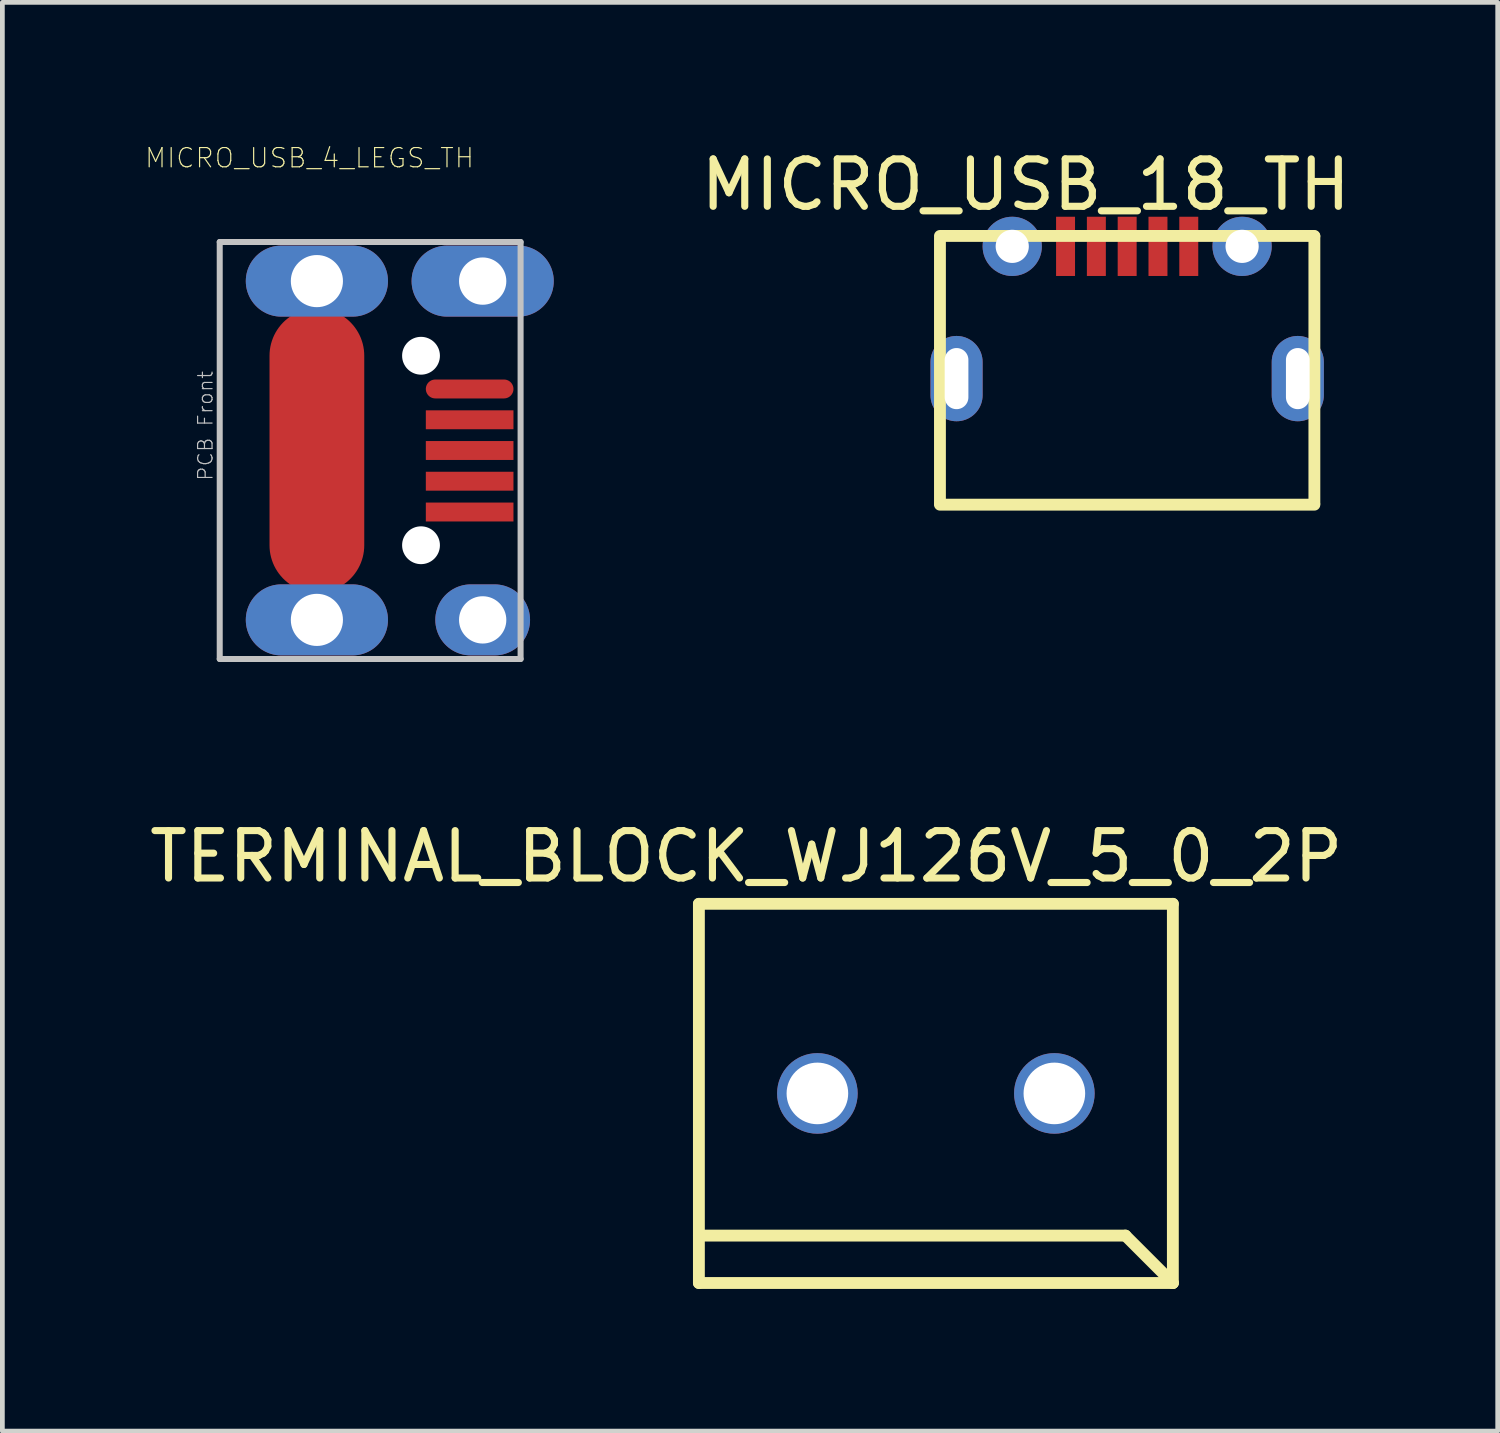
<source format=kicad_pcb>
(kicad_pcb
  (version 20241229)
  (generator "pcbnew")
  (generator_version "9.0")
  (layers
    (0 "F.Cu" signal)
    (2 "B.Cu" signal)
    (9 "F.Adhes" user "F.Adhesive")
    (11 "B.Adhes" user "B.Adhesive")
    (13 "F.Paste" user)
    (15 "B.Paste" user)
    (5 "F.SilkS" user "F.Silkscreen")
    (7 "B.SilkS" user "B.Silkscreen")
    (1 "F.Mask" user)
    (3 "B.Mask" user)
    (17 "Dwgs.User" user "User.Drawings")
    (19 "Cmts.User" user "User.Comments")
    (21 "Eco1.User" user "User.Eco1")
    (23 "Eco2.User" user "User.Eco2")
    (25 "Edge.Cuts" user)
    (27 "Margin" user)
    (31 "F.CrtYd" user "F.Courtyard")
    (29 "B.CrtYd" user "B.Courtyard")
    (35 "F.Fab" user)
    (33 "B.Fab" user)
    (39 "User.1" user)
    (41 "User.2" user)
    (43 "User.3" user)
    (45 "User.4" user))
  (footprint "MICRO_USB_18_TH"
    (layer "F.Cu")
    (at 20.802 4.818)
    (property "Reference" "MICRO_USB_18_TH" (at -2.21 -3.97 0) (layer "F.SilkS") (effects (font (size 1 1) (thickness 0.15))))
    (attr through_hole)
    (fp_line (start -4.02 -2.83) (end -4.02 2.75) (stroke (width 0.25) (type solid)) (layer "F.SilkS"))
    (fp_line (start -4.02 2.78) (end 3.88 2.78) (stroke (width 0.25) (type solid)) (layer "F.SilkS"))
    (fp_line (start 3.88 -2.89) (end -4.02 -2.89) (stroke (width 0.25) (type solid)) (layer "F.SilkS"))
    (fp_line (start 3.88 2.75) (end 3.88 -2.88) (stroke (width 0.25) (type solid)) (layer "F.SilkS"))
    (pad "0" thru_hole oval (at -3.67 0.12) (size 1.1 1.8) (drill oval 0.5 1.29) (layers "*.Cu" "*.Mask"))
    (pad "0" thru_hole circle (at -2.495 -2.67) (size 1.25 1.25) (drill 0.7) (layers "*.Cu" "*.Mask"))
    (pad "0" thru_hole circle (at 2.355 -2.67) (size 1.25 1.25) (drill 0.7) (layers "*.Cu" "*.Mask"))
    (pad "0" thru_hole oval (at 3.53 0.12) (size 1.1 1.8) (drill oval 0.5 1.29) (layers "*.Cu" "*.Mask"))
    (pad "1" smd rect (at -1.37 -2.67) (size 0.4 1.25) (layers "F.Cu" "F.Mask" "F.Paste"))
    (pad "2" smd rect (at -0.72 -2.67) (size 0.4 1.25) (layers "F.Cu" "F.Mask" "F.Paste"))
    (pad "3" smd rect (at -0.07 -2.67) (size 0.4 1.25) (layers "F.Cu" "F.Mask" "F.Paste"))
    (pad "4" smd rect (at 0.58 -2.67) (size 0.4 1.25) (layers "F.Cu" "F.Mask" "F.Paste"))
    (pad "5" smd rect (at 1.23 -2.67) (size 0.4 1.25) (layers "F.Cu" "F.Mask" "F.Paste")))
  (footprint "MICRO_USB_4_LEGS_TH"
    (layer "F.Cu")
    (at 3.735 6.455)
    (property "Reference" "MICRO_USB_4_LEGS_TH" (at -0.254 -6.172 0) (layer "F.SilkS") (effects (font (size 0.406 0.406) (thickness 0.025))))
    (attr smd)
    (fp_line (start -0.848 -4.684) (end 0.848 -4.684) (stroke (width 0.066) (type solid)) (layer "F.Mask"))
    (fp_line (start -0.848 -2.682) (end -0.848 -4.684) (stroke (width 0.066) (type solid)) (layer "F.Mask"))
    (fp_line (start -0.848 -2.682) (end 0.848 -2.682) (stroke (width 0.066) (type solid)) (layer "F.Mask"))
    (fp_line (start -0.848 -1.349) (end 0.848 -1.349) (stroke (width 0.066) (type solid)) (layer "F.Mask"))
    (fp_line (start -0.848 1.349) (end -0.848 -1.349) (stroke (width 0.066) (type solid)) (layer "F.Mask"))
    (fp_line (start -0.848 1.349) (end 0.848 1.349) (stroke (width 0.066) (type solid)) (layer "F.Mask"))
    (fp_line (start -0.848 2.682) (end 0.848 2.682) (stroke (width 0.066) (type solid)) (layer "F.Mask"))
    (fp_line (start -0.848 4.684) (end -0.848 2.682) (stroke (width 0.066) (type solid)) (layer "F.Mask"))
    (fp_line (start -0.848 4.684) (end 0.848 4.684) (stroke (width 0.066) (type solid)) (layer "F.Mask"))
    (fp_line (start 0.848 -2.682) (end 0.848 -4.684) (stroke (width 0.066) (type solid)) (layer "F.Mask"))
    (fp_line (start 0.848 1.349) (end 0.848 -1.349) (stroke (width 0.066) (type solid)) (layer "F.Mask"))
    (fp_line (start 0.848 4.684) (end 0.848 2.682) (stroke (width 0.066) (type solid)) (layer "F.Mask"))
    (fp_line (start -0.749 -4.582) (end 0.749 -4.582) (stroke (width 0.066) (type solid)) (layer "F.Paste"))
    (fp_line (start -0.749 -2.784) (end -0.749 -4.582) (stroke (width 0.066) (type solid)) (layer "F.Paste"))
    (fp_line (start -0.749 -2.784) (end 0.749 -2.784) (stroke (width 0.066) (type solid)) (layer "F.Paste"))
    (fp_line (start -0.749 -1.25) (end 0.749 -1.25) (stroke (width 0.066) (type solid)) (layer "F.Paste"))
    (fp_line (start -0.749 1.25) (end -0.749 -1.25) (stroke (width 0.066) (type solid)) (layer "F.Paste"))
    (fp_line (start -0.749 1.25) (end 0.749 1.25) (stroke (width 0.066) (type solid)) (layer "F.Paste"))
    (fp_line (start -0.749 2.784) (end 0.749 2.784) (stroke (width 0.066) (type solid)) (layer "F.Paste"))
    (fp_line (start -0.749 4.582) (end -0.749 2.784) (stroke (width 0.066) (type solid)) (layer "F.Paste"))
    (fp_line (start -0.749 4.582) (end 0.749 4.582) (stroke (width 0.066) (type solid)) (layer "F.Paste"))
    (fp_line (start 0.749 -2.784) (end 0.749 -4.582) (stroke (width 0.066) (type solid)) (layer "F.Paste"))
    (fp_line (start 0.749 1.25) (end 0.749 -1.25) (stroke (width 0.066) (type solid)) (layer "F.Paste"))
    (fp_line (start 0.749 4.582) (end 0.749 2.784) (stroke (width 0.066) (type solid)) (layer "F.Paste"))
    (fp_line (start -2.149 -4.399) (end -2.149 4.399) (stroke (width 0.127) (type solid)) (layer "Dwgs.User"))
    (fp_line (start 4.199 -4.399) (end -2.149 -4.399) (stroke (width 0.127) (type solid)) (layer "Dwgs.User"))
    (fp_line (start 4.199 -4.399) (end 4.199 4.399) (stroke (width 0.127) (type solid)) (layer "Dwgs.User"))
    (fp_line (start 4.199 4.399) (end -2.149 4.399) (stroke (width 0.127) (type solid)) (layer "Dwgs.User"))
    (fp_text user "PCB Front" (at -2.451 -0.521 90) (layer "Dwgs.User") (effects (font (size 0.305 0.305) (thickness 0.025))))
    (pad "" np_thru_hole circle (at 2.098 -1.999) (size 0.798 0.798) (drill 0.798) (layers "*.Cu" "*.Mask"))
    (pad "" np_thru_hole circle (at 2.098 1.999) (size 0.798 0.798) (drill 0.798) (layers "*.Cu" "*.Mask"))
    (pad "D+" smd rect (at 3.124 0 90) (size 0.399 1.849) (layers "F.Cu" "F.Mask" "F.Paste"))
    (pad "D-" smd rect (at 3.124 -0.648 90) (size 0.399 1.849) (layers "F.Cu" "F.Mask" "F.Paste"))
    (pad "GND" smd rect (at 3.124 1.298 90) (size 0.399 1.849) (layers "F.Cu" "F.Mask" "F.Paste"))
    (pad "ID" smd rect (at 3.124 0.648 90) (size 0.399 1.849) (layers "F.Cu" "F.Mask" "F.Paste"))
    (pad "P$1" thru_hole oval (at -0.099 -3.574 90) (size 1.499 3) (drill 1.1) (layers "*.Cu" "*.Paste" "*.Mask"))
    (pad "P$2" thru_hole oval (at -0.099 3.574 90) (size 1.499 3) (drill 1.1) (layers "*.Cu" "*.Paste" "*.Mask"))
    (pad "P$3" thru_hole oval (at 3.399 -3.574 90) (size 1.499 3) (drill 0.998) (layers "*.Cu" "*.Paste" "*.Mask"))
    (pad "P$4" smd oval (at -0.099 0 90) (size 5.999 1.999) (layers "F.Cu" "F.Mask" "F.Paste"))
    (pad "P$5" thru_hole oval (at 3.399 3.574 90) (size 1.499 1.999) (drill 0.998) (layers "*.Cu" "*.Paste" "*.Mask"))
    (pad "VCC" smd oval (at 3.124 -1.298 90) (size 0.399 1.849) (layers "F.Cu" "F.Mask" "F.Paste")))
  (footprint "TERMINAL_BLOCK_WJ126V_5_0_2P"
    (layer "F.Cu")
    (at 16.696 20.02)
    (property "Reference" "TERMINAL_BLOCK_WJ126V_5_0_2P" (at -4 -5 0) (layer "F.SilkS") (effects (font (size 1 1) (thickness 0.15))))
    (attr through_hole)
    (fp_line (start -5 -4) (end -5 4) (stroke (width 0.25) (type solid)) (layer "F.SilkS"))
    (fp_line (start -5 3) (end 4 3) (stroke (width 0.25) (type solid)) (layer "F.SilkS"))
    (fp_line (start -5 4) (end 5 4) (stroke (width 0.25) (type solid)) (layer "F.SilkS"))
    (fp_line (start 4 3) (end 5 4) (stroke (width 0.25) (type solid)) (layer "F.SilkS"))
    (fp_line (start 5 -4) (end -5 -4) (stroke (width 0.25) (type solid)) (layer "F.SilkS"))
    (fp_line (start 5 4) (end 5 -4) (stroke (width 0.25) (type solid)) (layer "F.SilkS"))
    (pad "1" thru_hole circle (at -2.5 0) (size 1.7 1.7) (drill 1.3) (layers "*.Cu" "*.Mask"))
    (pad "2" thru_hole circle (at 2.5 0) (size 1.7 1.7) (drill 1.3) (layers "*.Cu" "*.Mask")))
  (gr_rect
    (start -3 -3)
    (end 28.55 27.145)
    (stroke (width 0.1) (type default))
    (fill no)
    (layer "Edge.Cuts")))
</source>
